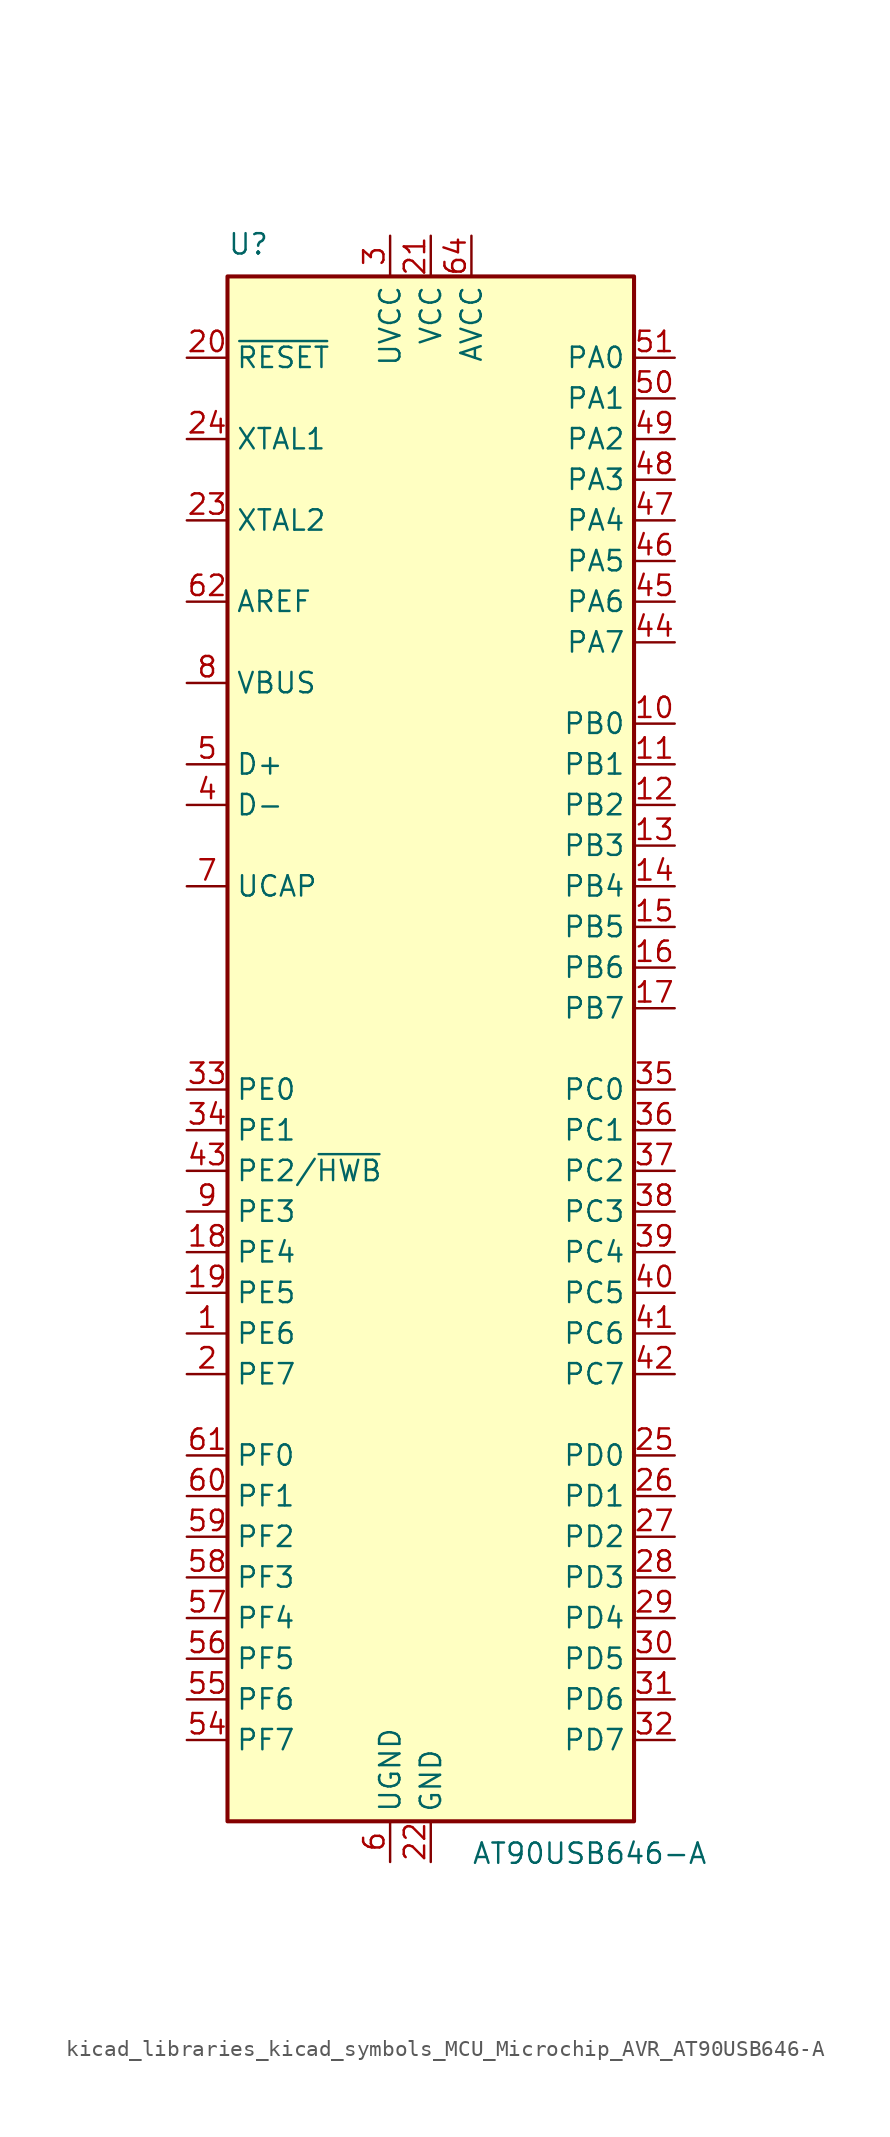
<source format=kicad_sym>
(kicad_symbol_lib
  (version 20220914)
  (generator kicad_symbol_editor)
  (symbol "kicad_libraries_kicad_symbols_MCU_Microchip_AVR_AT90USB646-A"
    (property "Reference" "U"
      (at -12.7 49.53 0)
      (effects (font (size 1.27 1.27)) (justify left bottom)))
    (property "Value" "AT90USB646-A"
      (at 2.54 -49.53 0)
      (effects (font (size 1.27 1.27)) (justify left top)))
    (symbol "kicad_libraries_kicad_symbols_MCU_Microchip_AVR_AT90USB646-A_0_1"
      (rectangle (start -12.7 -48.26) (end 12.7 48.26) (stroke (width 0.254) (type default)) (fill (type background))))
    (symbol "kicad_libraries_kicad_symbols_MCU_Microchip_AVR_AT90USB646-A_1_1"
      (pin bidirectional line (at -15.24 -17.78 0) (length 2.54) (name "PE6" (effects (font (size 1.27 1.27)))) (number "1" (effects (font (size 1.27 1.27)))))
      (pin bidirectional line (at 15.24 20.32 180) (length 2.54) (name "PB0" (effects (font (size 1.27 1.27)))) (number "10" (effects (font (size 1.27 1.27)))))
      (pin bidirectional line (at 15.24 17.78 180) (length 2.54) (name "PB1" (effects (font (size 1.27 1.27)))) (number "11" (effects (font (size 1.27 1.27)))))
      (pin bidirectional line (at 15.24 15.24 180) (length 2.54) (name "PB2" (effects (font (size 1.27 1.27)))) (number "12" (effects (font (size 1.27 1.27)))))
      (pin bidirectional line (at 15.24 12.7 180) (length 2.54) (name "PB3" (effects (font (size 1.27 1.27)))) (number "13" (effects (font (size 1.27 1.27)))))
      (pin bidirectional line (at 15.24 10.16 180) (length 2.54) (name "PB4" (effects (font (size 1.27 1.27)))) (number "14" (effects (font (size 1.27 1.27)))))
      (pin bidirectional line (at 15.24 7.62 180) (length 2.54) (name "PB5" (effects (font (size 1.27 1.27)))) (number "15" (effects (font (size 1.27 1.27)))))
      (pin bidirectional line (at 15.24 5.08 180) (length 2.54) (name "PB6" (effects (font (size 1.27 1.27)))) (number "16" (effects (font (size 1.27 1.27)))))
      (pin bidirectional line (at 15.24 2.54 180) (length 2.54) (name "PB7" (effects (font (size 1.27 1.27)))) (number "17" (effects (font (size 1.27 1.27)))))
      (pin bidirectional line (at -15.24 -12.7 0) (length 2.54) (name "PE4" (effects (font (size 1.27 1.27)))) (number "18" (effects (font (size 1.27 1.27)))))
      (pin bidirectional line (at -15.24 -15.24 0) (length 2.54) (name "PE5" (effects (font (size 1.27 1.27)))) (number "19" (effects (font (size 1.27 1.27)))))
      (pin bidirectional line (at -15.24 -20.32 0) (length 2.54) (name "PE7" (effects (font (size 1.27 1.27)))) (number "2" (effects (font (size 1.27 1.27)))))
      (pin input line (at -15.24 43.18 0) (length 2.54) (name "~{RESET}" (effects (font (size 1.27 1.27)))) (number "20" (effects (font (size 1.27 1.27)))))
      (pin power_in line (at 0 50.8 270) (length 2.54) (name "VCC" (effects (font (size 1.27 1.27)))) (number "21" (effects (font (size 1.27 1.27)))))
      (pin power_in line (at 0 -50.8 90) (length 2.54) (name "GND" (effects (font (size 1.27 1.27)))) (number "22" (effects (font (size 1.27 1.27)))))
      (pin output line (at -15.24 33.02 0) (length 2.54) (name "XTAL2" (effects (font (size 1.27 1.27)))) (number "23" (effects (font (size 1.27 1.27)))))
      (pin input line (at -15.24 38.1 0) (length 2.54) (name "XTAL1" (effects (font (size 1.27 1.27)))) (number "24" (effects (font (size 1.27 1.27)))))
      (pin bidirectional line (at 15.24 -25.4 180) (length 2.54) (name "PD0" (effects (font (size 1.27 1.27)))) (number "25" (effects (font (size 1.27 1.27)))))
      (pin bidirectional line (at 15.24 -27.94 180) (length 2.54) (name "PD1" (effects (font (size 1.27 1.27)))) (number "26" (effects (font (size 1.27 1.27)))))
      (pin bidirectional line (at 15.24 -30.48 180) (length 2.54) (name "PD2" (effects (font (size 1.27 1.27)))) (number "27" (effects (font (size 1.27 1.27)))))
      (pin bidirectional line (at 15.24 -33.02 180) (length 2.54) (name "PD3" (effects (font (size 1.27 1.27)))) (number "28" (effects (font (size 1.27 1.27)))))
      (pin bidirectional line (at 15.24 -35.56 180) (length 2.54) (name "PD4" (effects (font (size 1.27 1.27)))) (number "29" (effects (font (size 1.27 1.27)))))
      (pin power_in line (at -2.54 50.8 270) (length 2.54) (name "UVCC" (effects (font (size 1.27 1.27)))) (number "3" (effects (font (size 1.27 1.27)))))
      (pin bidirectional line (at 15.24 -38.1 180) (length 2.54) (name "PD5" (effects (font (size 1.27 1.27)))) (number "30" (effects (font (size 1.27 1.27)))))
      (pin bidirectional line (at 15.24 -40.64 180) (length 2.54) (name "PD6" (effects (font (size 1.27 1.27)))) (number "31" (effects (font (size 1.27 1.27)))))
      (pin bidirectional line (at 15.24 -43.18 180) (length 2.54) (name "PD7" (effects (font (size 1.27 1.27)))) (number "32" (effects (font (size 1.27 1.27)))))
      (pin bidirectional line (at -15.24 -2.54 0) (length 2.54) (name "PE0" (effects (font (size 1.27 1.27)))) (number "33" (effects (font (size 1.27 1.27)))))
      (pin bidirectional line (at -15.24 -5.08 0) (length 2.54) (name "PE1" (effects (font (size 1.27 1.27)))) (number "34" (effects (font (size 1.27 1.27)))))
      (pin bidirectional line (at 15.24 -2.54 180) (length 2.54) (name "PC0" (effects (font (size 1.27 1.27)))) (number "35" (effects (font (size 1.27 1.27)))))
      (pin bidirectional line (at 15.24 -5.08 180) (length 2.54) (name "PC1" (effects (font (size 1.27 1.27)))) (number "36" (effects (font (size 1.27 1.27)))))
      (pin bidirectional line (at 15.24 -7.62 180) (length 2.54) (name "PC2" (effects (font (size 1.27 1.27)))) (number "37" (effects (font (size 1.27 1.27)))))
      (pin bidirectional line (at 15.24 -10.16 180) (length 2.54) (name "PC3" (effects (font (size 1.27 1.27)))) (number "38" (effects (font (size 1.27 1.27)))))
      (pin bidirectional line (at 15.24 -12.7 180) (length 2.54) (name "PC4" (effects (font (size 1.27 1.27)))) (number "39" (effects (font (size 1.27 1.27)))))
      (pin bidirectional line (at -15.24 15.24 0) (length 2.54) (name "D-" (effects (font (size 1.27 1.27)))) (number "4" (effects (font (size 1.27 1.27)))))
      (pin bidirectional line (at 15.24 -15.24 180) (length 2.54) (name "PC5" (effects (font (size 1.27 1.27)))) (number "40" (effects (font (size 1.27 1.27)))))
      (pin bidirectional line (at 15.24 -17.78 180) (length 2.54) (name "PC6" (effects (font (size 1.27 1.27)))) (number "41" (effects (font (size 1.27 1.27)))))
      (pin bidirectional line (at 15.24 -20.32 180) (length 2.54) (name "PC7" (effects (font (size 1.27 1.27)))) (number "42" (effects (font (size 1.27 1.27)))))
      (pin bidirectional line (at -15.24 -7.62 0) (length 2.54) (name "PE2/~{HWB}" (effects (font (size 1.27 1.27)))) (number "43" (effects (font (size 1.27 1.27)))))
      (pin bidirectional line (at 15.24 25.4 180) (length 2.54) (name "PA7" (effects (font (size 1.27 1.27)))) (number "44" (effects (font (size 1.27 1.27)))))
      (pin bidirectional line (at 15.24 27.94 180) (length 2.54) (name "PA6" (effects (font (size 1.27 1.27)))) (number "45" (effects (font (size 1.27 1.27)))))
      (pin bidirectional line (at 15.24 30.48 180) (length 2.54) (name "PA5" (effects (font (size 1.27 1.27)))) (number "46" (effects (font (size 1.27 1.27)))))
      (pin bidirectional line (at 15.24 33.02 180) (length 2.54) (name "PA4" (effects (font (size 1.27 1.27)))) (number "47" (effects (font (size 1.27 1.27)))))
      (pin bidirectional line (at 15.24 35.56 180) (length 2.54) (name "PA3" (effects (font (size 1.27 1.27)))) (number "48" (effects (font (size 1.27 1.27)))))
      (pin bidirectional line (at 15.24 38.1 180) (length 2.54) (name "PA2" (effects (font (size 1.27 1.27)))) (number "49" (effects (font (size 1.27 1.27)))))
      (pin bidirectional line (at -15.24 17.78 0) (length 2.54) (name "D+" (effects (font (size 1.27 1.27)))) (number "5" (effects (font (size 1.27 1.27)))))
      (pin bidirectional line (at 15.24 40.64 180) (length 2.54) (name "PA1" (effects (font (size 1.27 1.27)))) (number "50" (effects (font (size 1.27 1.27)))))
      (pin bidirectional line (at 15.24 43.18 180) (length 2.54) (name "PA0" (effects (font (size 1.27 1.27)))) (number "51" (effects (font (size 1.27 1.27)))))
      (pin passive line (at 0 50.8 270) (length 2.54) hide (name "VCC" (effects (font (size 1.27 1.27)))) (number "52" (effects (font (size 1.27 1.27)))))
      (pin passive line (at 0 -50.8 90) (length 2.54) hide (name "GND" (effects (font (size 1.27 1.27)))) (number "53" (effects (font (size 1.27 1.27)))))
      (pin bidirectional line (at -15.24 -43.18 0) (length 2.54) (name "PF7" (effects (font (size 1.27 1.27)))) (number "54" (effects (font (size 1.27 1.27)))))
      (pin bidirectional line (at -15.24 -40.64 0) (length 2.54) (name "PF6" (effects (font (size 1.27 1.27)))) (number "55" (effects (font (size 1.27 1.27)))))
      (pin bidirectional line (at -15.24 -38.1 0) (length 2.54) (name "PF5" (effects (font (size 1.27 1.27)))) (number "56" (effects (font (size 1.27 1.27)))))
      (pin bidirectional line (at -15.24 -35.56 0) (length 2.54) (name "PF4" (effects (font (size 1.27 1.27)))) (number "57" (effects (font (size 1.27 1.27)))))
      (pin bidirectional line (at -15.24 -33.02 0) (length 2.54) (name "PF3" (effects (font (size 1.27 1.27)))) (number "58" (effects (font (size 1.27 1.27)))))
      (pin bidirectional line (at -15.24 -30.48 0) (length 2.54) (name "PF2" (effects (font (size 1.27 1.27)))) (number "59" (effects (font (size 1.27 1.27)))))
      (pin power_in line (at -2.54 -50.8 90) (length 2.54) (name "UGND" (effects (font (size 1.27 1.27)))) (number "6" (effects (font (size 1.27 1.27)))))
      (pin bidirectional line (at -15.24 -27.94 0) (length 2.54) (name "PF1" (effects (font (size 1.27 1.27)))) (number "60" (effects (font (size 1.27 1.27)))))
      (pin bidirectional line (at -15.24 -25.4 0) (length 2.54) (name "PF0" (effects (font (size 1.27 1.27)))) (number "61" (effects (font (size 1.27 1.27)))))
      (pin passive line (at -15.24 27.94 0) (length 2.54) (name "AREF" (effects (font (size 1.27 1.27)))) (number "62" (effects (font (size 1.27 1.27)))))
      (pin passive line (at 0 -50.8 90) (length 2.54) hide (name "GND" (effects (font (size 1.27 1.27)))) (number "63" (effects (font (size 1.27 1.27)))))
      (pin power_in line (at 2.54 50.8 270) (length 2.54) (name "AVCC" (effects (font (size 1.27 1.27)))) (number "64" (effects (font (size 1.27 1.27)))))
      (pin passive line (at -15.24 10.16 0) (length 2.54) (name "UCAP" (effects (font (size 1.27 1.27)))) (number "7" (effects (font (size 1.27 1.27)))))
      (pin input line (at -15.24 22.86 0) (length 2.54) (name "VBUS" (effects (font (size 1.27 1.27)))) (number "8" (effects (font (size 1.27 1.27)))))
      (pin bidirectional line (at -15.24 -10.16 0) (length 2.54) (name "PE3" (effects (font (size 1.27 1.27)))) (number "9" (effects (font (size 1.27 1.27))))))))
</source>
